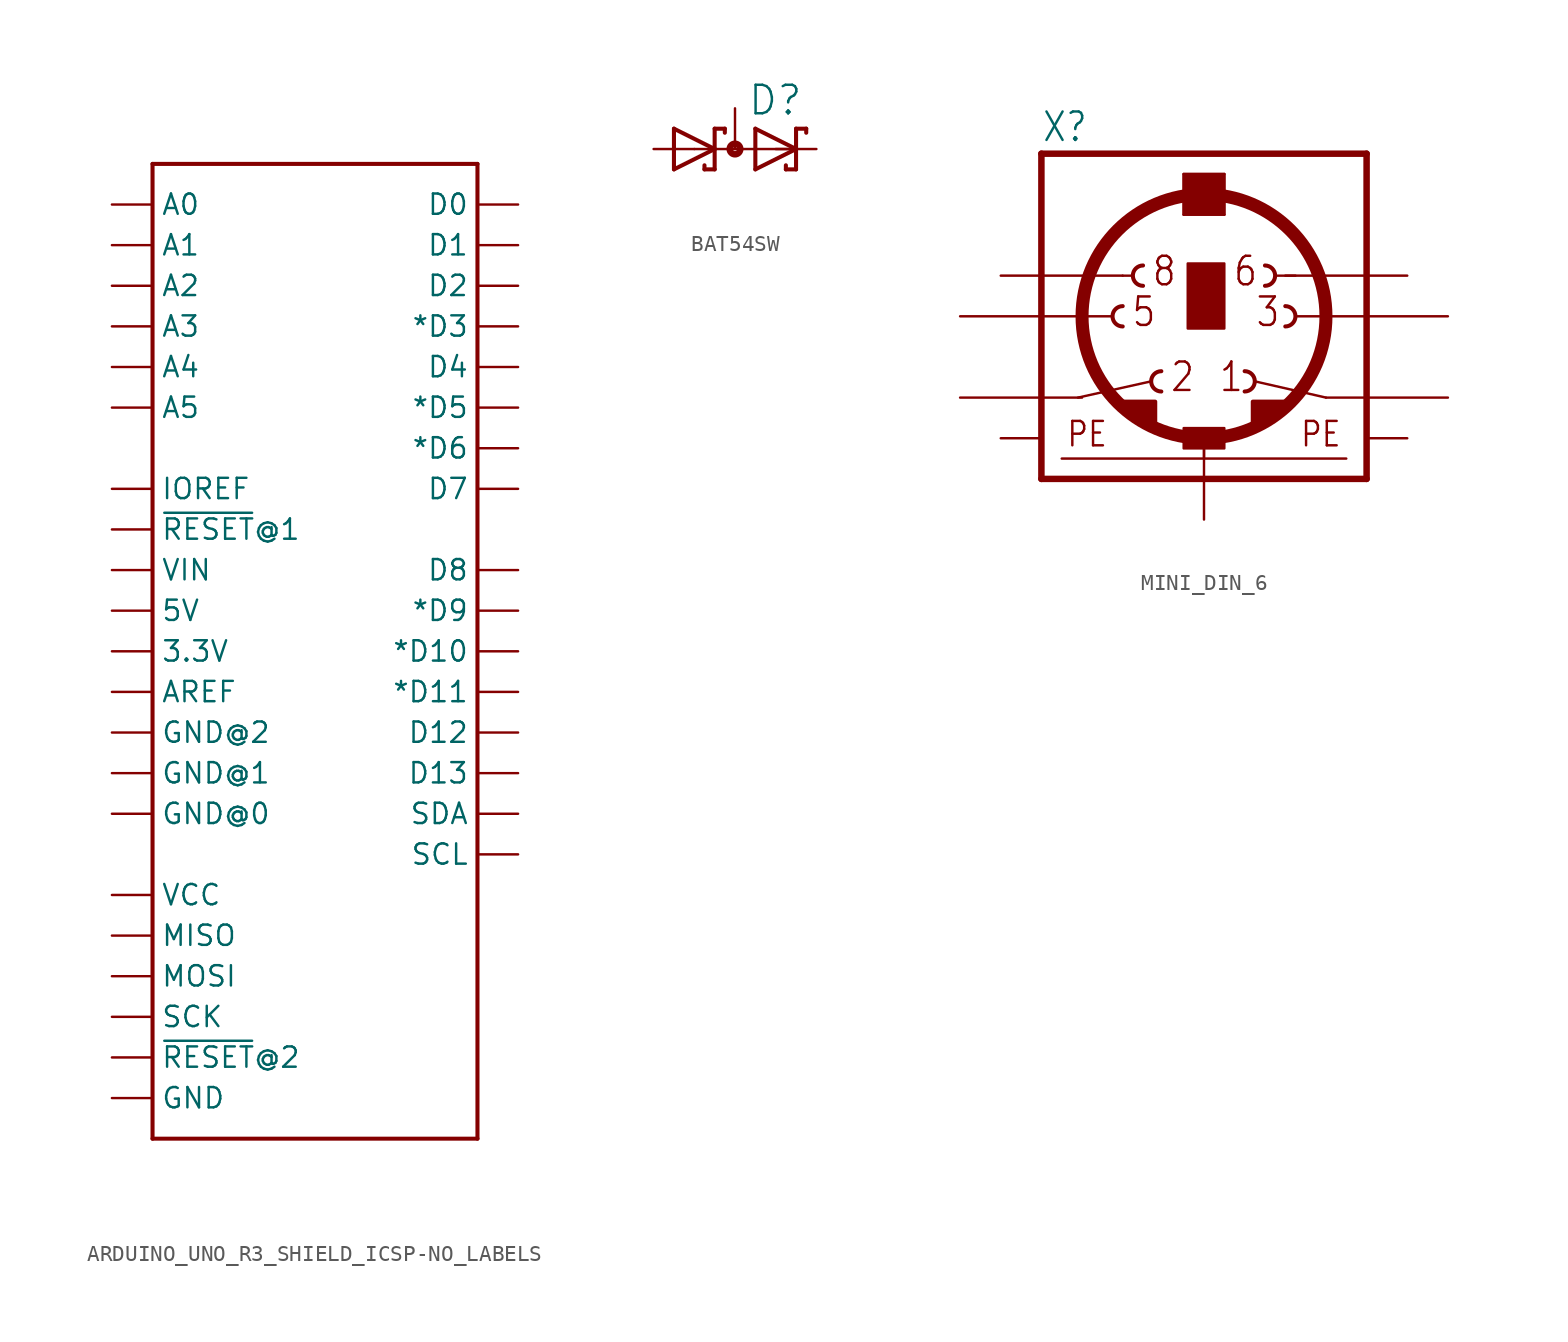
<source format=kicad_sym>
(kicad_symbol_lib
  (version 20220914)
  (generator kicad_symbol_editor)
  (symbol "ARDUINO_UNO_R3_SHIELD_ICSP-NO_LABELS"
    (property "Reference" "B"
      (at -9.652 31.242 0)
      (effects (font (size 1.778 1.778)) (justify left bottom) hide))
    (property "ki_locked" ""
      (at 0 0 0)
      (effects (font (size 1.27 1.27))))
    (symbol "ARDUINO_UNO_R3_SHIELD_ICSP-NO_LABELS_1_0"
      (polyline (pts (xy -10.16 -30.48) (xy -10.16 30.48)) (stroke (width 0.254) (type solid)) (fill (type none)))
      (polyline (pts (xy -10.16 30.48) (xy 10.16 30.48)) (stroke (width 0.254) (type solid)) (fill (type none)))
      (polyline (pts (xy 10.16 -30.48) (xy -10.16 -30.48)) (stroke (width 0.254) (type solid)) (fill (type none)))
      (polyline (pts (xy 10.16 30.48) (xy 10.16 -30.48)) (stroke (width 0.254) (type solid)) (fill (type none)))
      (pin bidirectional line (at -12.7 0 0) (length 2.54) (name "3.3V" (effects (font (size 1.27 1.27)))) (number "3.3V" (effects (font (size 0 0)))))
      (pin bidirectional line (at -12.7 2.54 0) (length 2.54) (name "5V" (effects (font (size 1.27 1.27)))) (number "5V" (effects (font (size 0 0)))))
      (pin bidirectional line (at -12.7 -15.24 0) (length 2.54) (name "VCC" (effects (font (size 1.27 1.27)))) (number "5V_ICSP" (effects (font (size 0 0)))))
      (pin bidirectional line (at -12.7 27.94 0) (length 2.54) (name "A0" (effects (font (size 1.27 1.27)))) (number "A0" (effects (font (size 0 0)))))
      (pin bidirectional line (at -12.7 25.4 0) (length 2.54) (name "A1" (effects (font (size 1.27 1.27)))) (number "A1" (effects (font (size 0 0)))))
      (pin bidirectional line (at -12.7 22.86 0) (length 2.54) (name "A2" (effects (font (size 1.27 1.27)))) (number "A2" (effects (font (size 0 0)))))
      (pin bidirectional line (at -12.7 20.32 0) (length 2.54) (name "A3" (effects (font (size 1.27 1.27)))) (number "A3" (effects (font (size 0 0)))))
      (pin bidirectional line (at -12.7 17.78 0) (length 2.54) (name "A4" (effects (font (size 1.27 1.27)))) (number "A4" (effects (font (size 0 0)))))
      (pin bidirectional line (at -12.7 15.24 0) (length 2.54) (name "A5" (effects (font (size 1.27 1.27)))) (number "A5" (effects (font (size 0 0)))))
      (pin bidirectional line (at -12.7 -2.54 0) (length 2.54) (name "AREF" (effects (font (size 1.27 1.27)))) (number "AREF" (effects (font (size 0 0)))))
      (pin bidirectional line (at 12.7 0 180) (length 2.54) (name "*D10" (effects (font (size 1.27 1.27)))) (number "D10" (effects (font (size 0 0)))))
      (pin bidirectional line (at 12.7 -2.54 180) (length 2.54) (name "*D11" (effects (font (size 1.27 1.27)))) (number "D11" (effects (font (size 0 0)))))
      (pin bidirectional line (at 12.7 -5.08 180) (length 2.54) (name "D12" (effects (font (size 1.27 1.27)))) (number "D12" (effects (font (size 0 0)))))
      (pin bidirectional line (at 12.7 -7.62 180) (length 2.54) (name "D13" (effects (font (size 1.27 1.27)))) (number "D13" (effects (font (size 0 0)))))
      (pin bidirectional line (at 12.7 22.86 180) (length 2.54) (name "D2" (effects (font (size 1.27 1.27)))) (number "D2" (effects (font (size 0 0)))))
      (pin bidirectional line (at 12.7 20.32 180) (length 2.54) (name "*D3" (effects (font (size 1.27 1.27)))) (number "D3" (effects (font (size 0 0)))))
      (pin bidirectional line (at 12.7 17.78 180) (length 2.54) (name "D4" (effects (font (size 1.27 1.27)))) (number "D4" (effects (font (size 0 0)))))
      (pin bidirectional line (at 12.7 15.24 180) (length 2.54) (name "*D5" (effects (font (size 1.27 1.27)))) (number "D5" (effects (font (size 0 0)))))
      (pin bidirectional line (at 12.7 12.7 180) (length 2.54) (name "*D6" (effects (font (size 1.27 1.27)))) (number "D6" (effects (font (size 0 0)))))
      (pin bidirectional line (at 12.7 10.16 180) (length 2.54) (name "D7" (effects (font (size 1.27 1.27)))) (number "D7" (effects (font (size 0 0)))))
      (pin bidirectional line (at 12.7 5.08 180) (length 2.54) (name "D8" (effects (font (size 1.27 1.27)))) (number "D8" (effects (font (size 0 0)))))
      (pin bidirectional line (at 12.7 2.54 180) (length 2.54) (name "*D9" (effects (font (size 1.27 1.27)))) (number "D9" (effects (font (size 0 0)))))
      (pin bidirectional line (at -12.7 -10.16 0) (length 2.54) (name "GND@0" (effects (font (size 1.27 1.27)))) (number "GND@0" (effects (font (size 0 0)))))
      (pin bidirectional line (at -12.7 -7.62 0) (length 2.54) (name "GND@1" (effects (font (size 1.27 1.27)))) (number "GND@1" (effects (font (size 0 0)))))
      (pin bidirectional line (at -12.7 -5.08 0) (length 2.54) (name "GND@2" (effects (font (size 1.27 1.27)))) (number "GND@2" (effects (font (size 0 0)))))
      (pin bidirectional line (at -12.7 -27.94 0) (length 2.54) (name "GND" (effects (font (size 1.27 1.27)))) (number "GND_ICSP" (effects (font (size 0 0)))))
      (pin bidirectional line (at -12.7 10.16 0) (length 2.54) (name "IOREF" (effects (font (size 1.27 1.27)))) (number "IOREF" (effects (font (size 0 0)))))
      (pin bidirectional line (at -12.7 -17.78 0) (length 2.54) (name "MISO" (effects (font (size 1.27 1.27)))) (number "MISO" (effects (font (size 0 0)))))
      (pin bidirectional line (at -12.7 -20.32 0) (length 2.54) (name "MOSI" (effects (font (size 1.27 1.27)))) (number "MOSI" (effects (font (size 0 0)))))
      (pin bidirectional line (at -12.7 7.62 0) (length 2.54) (name "~{RESET}@1" (effects (font (size 1.27 1.27)))) (number "RES" (effects (font (size 0 0)))))
      (pin bidirectional line (at -12.7 -25.4 0) (length 2.54) (name "~{RESET}@2" (effects (font (size 1.27 1.27)))) (number "RST_ICSP" (effects (font (size 0 0)))))
      (pin bidirectional line (at 12.7 27.94 180) (length 2.54) (name "D0" (effects (font (size 1.27 1.27)))) (number "RX" (effects (font (size 0 0)))))
      (pin bidirectional line (at -12.7 -22.86 0) (length 2.54) (name "SCK" (effects (font (size 1.27 1.27)))) (number "SCK" (effects (font (size 0 0)))))
      (pin bidirectional line (at 12.7 -12.7 180) (length 2.54) (name "SCL" (effects (font (size 1.27 1.27)))) (number "SCL" (effects (font (size 0 0)))))
      (pin bidirectional line (at 12.7 -10.16 180) (length 2.54) (name "SDA" (effects (font (size 1.27 1.27)))) (number "SDA" (effects (font (size 0 0)))))
      (pin bidirectional line (at 12.7 25.4 180) (length 2.54) (name "D1" (effects (font (size 1.27 1.27)))) (number "TX" (effects (font (size 0 0)))))
      (pin bidirectional line (at -12.7 5.08 0) (length 2.54) (name "VIN" (effects (font (size 1.27 1.27)))) (number "VIN" (effects (font (size 0 0)))))))
  (symbol "BAT54SW"
    (property "Reference" "D"
      (at 0.762 2.007 0)
      (effects (font (size 1.778 1.778)) (justify left bottom)))
    (property "Value" ""
      (at -4.318 -3.962 0)
      (effects (font (size 1.778 1.778)) (justify left bottom)))
    (property "ki_locked" ""
      (at 0 0 0)
      (effects (font (size 1.27 1.27))))
    (symbol "BAT54SW_1_0"
      (polyline (pts (xy -3.81 -1.27) (xy -1.27 0)) (stroke (width 0.254) (type solid)) (fill (type none)))
      (polyline (pts (xy -3.81 1.27) (xy -3.81 -1.27)) (stroke (width 0.254) (type solid)) (fill (type none)))
      (polyline (pts (xy -2.54 0) (xy -1.27 0)) (stroke (width 0.152) (type solid)) (fill (type none)))
      (polyline (pts (xy -1.905 -1.016) (xy -1.905 -1.27)) (stroke (width 0.254) (type solid)) (fill (type none)))
      (polyline (pts (xy -1.27 -1.27) (xy -1.905 -1.27)) (stroke (width 0.254) (type solid)) (fill (type none)))
      (polyline (pts (xy -1.27 0) (xy -3.81 1.27)) (stroke (width 0.254) (type solid)) (fill (type none)))
      (polyline (pts (xy -1.27 0) (xy -1.27 -1.27)) (stroke (width 0.254) (type solid)) (fill (type none)))
      (polyline (pts (xy -1.27 0) (xy 3.81 0)) (stroke (width 0.152) (type solid)) (fill (type none)))
      (polyline (pts (xy -1.27 1.27) (xy -1.27 0)) (stroke (width 0.254) (type solid)) (fill (type none)))
      (polyline (pts (xy -0.635 1.016) (xy -0.635 1.27)) (stroke (width 0.254) (type solid)) (fill (type none)))
      (polyline (pts (xy -0.635 1.27) (xy -1.27 1.27)) (stroke (width 0.254) (type solid)) (fill (type none)))
      (polyline (pts (xy 1.27 -1.27) (xy 1.27 1.27)) (stroke (width 0.254) (type solid)) (fill (type none)))
      (polyline (pts (xy 1.27 1.27) (xy 3.81 0)) (stroke (width 0.254) (type solid)) (fill (type none)))
      (polyline (pts (xy 3.175 -1.27) (xy 3.81 -1.27)) (stroke (width 0.254) (type solid)) (fill (type none)))
      (polyline (pts (xy 3.175 -1.016) (xy 3.175 -1.27)) (stroke (width 0.254) (type solid)) (fill (type none)))
      (polyline (pts (xy 3.81 -1.27) (xy 3.81 0)) (stroke (width 0.254) (type solid)) (fill (type none)))
      (polyline (pts (xy 3.81 0) (xy 1.27 -1.27)) (stroke (width 0.254) (type solid)) (fill (type none)))
      (polyline (pts (xy 3.81 0) (xy 3.81 1.27)) (stroke (width 0.254) (type solid)) (fill (type none)))
      (polyline (pts (xy 3.81 1.27) (xy 4.445 1.27)) (stroke (width 0.254) (type solid)) (fill (type none)))
      (polyline (pts (xy 4.445 1.016) (xy 4.445 1.27)) (stroke (width 0.254) (type solid)) (fill (type none)))
      (circle (center 0 0) (radius 0.127) (stroke (width 0.406) (type solid)) (fill (type none)))
      (pin passive line (at -5.08 0 0) (length 2.54) (name "A1" (effects (font (size 0 0)))) (number "1" (effects (font (size 0 0)))))
      (pin passive line (at 5.08 0 180) (length 2.54) (name "K2" (effects (font (size 0 0)))) (number "2" (effects (font (size 0 0)))))
      (pin passive line (at 0 2.54 270) (length 2.54) (name "K1A2" (effects (font (size 0 0)))) (number "3" (effects (font (size 0 0)))))))
  (symbol "MINI_DIN_6"
    (property "Reference" "X"
      (at -10.16 13.335 0)
      (effects (font (size 1.778 1.511)) (justify left bottom)))
    (property "Value" ""
      (at 0 13.335 0)
      (effects (font (size 1.778 1.511)) (justify left bottom)))
    (property "ki_locked" ""
      (at 0 0 0)
      (effects (font (size 1.27 1.27))))
    (symbol "MINI_DIN_6_1_0"
      (arc (start -5.08 3.175) (mid -5.715 2.54) (end -5.08 1.905) (stroke (width 0.254) (type solid)) (fill (type none)))
      (arc (start -3.81 5.715) (mid -4.445 5.08) (end -3.81 4.445) (stroke (width 0.254) (type solid)) (fill (type none)))
      (arc (start -2.667 -0.889) (mid -3.302 -1.524) (end -2.667 -2.159) (stroke (width 0.254) (type solid)) (fill (type none)))
      (rectangle (start -1.27 -5.715) (end 1.27 -4.445) (stroke (width 0) (type default)) (fill (type outline)))
      (rectangle (start -1.27 8.89) (end 1.27 11.43) (stroke (width 0) (type default)) (fill (type outline)))
      (rectangle (start -1.016 1.778) (end 1.27 5.842) (stroke (width 0) (type default)) (fill (type outline)))
      (polyline (pts (xy -10.16 -7.62) (xy -10.16 12.7)) (stroke (width 0.406) (type solid)) (fill (type none)))
      (polyline (pts (xy -10.16 -7.62) (xy 10.16 -7.62)) (stroke (width 0.406) (type solid)) (fill (type none)))
      (polyline (pts (xy -8.89 -6.35) (xy 0 -6.35)) (stroke (width 0.152) (type solid)) (fill (type none)))
      (polyline (pts (xy -7.874 -2.54) (xy -3.302 -1.524)) (stroke (width 0.152) (type solid)) (fill (type none)))
      (polyline (pts (xy -7.62 2.54) (xy -5.715 2.54)) (stroke (width 0.152) (type solid)) (fill (type none)))
      (polyline (pts (xy -5.08 5.08) (xy -4.445 5.08)) (stroke (width 0.152) (type solid)) (fill (type none)))
      (polyline (pts (xy -1.27 8.89) (xy -1.27 11.43)) (stroke (width 0.152) (type solid)) (fill (type none)))
      (polyline (pts (xy -1.27 8.89) (xy 1.27 8.89)) (stroke (width 0.152) (type solid)) (fill (type none)))
      (polyline (pts (xy -1.27 11.43) (xy 1.27 11.43)) (stroke (width 0.152) (type solid)) (fill (type none)))
      (polyline (pts (xy 0 -6.35) (xy 0 -5.08)) (stroke (width 0.152) (type solid)) (fill (type none)))
      (polyline (pts (xy 0 -6.35) (xy 8.89 -6.35)) (stroke (width 0.152) (type solid)) (fill (type none)))
      (polyline (pts (xy 1.27 11.43) (xy 1.27 8.89)) (stroke (width 0.152) (type solid)) (fill (type none)))
      (polyline (pts (xy 3.175 -1.524) (xy 7.62 -2.54)) (stroke (width 0.152) (type solid)) (fill (type none)))
      (polyline (pts (xy 4.445 5.08) (xy 5.715 5.08)) (stroke (width 0.152) (type solid)) (fill (type none)))
      (polyline (pts (xy 5.715 2.54) (xy 7.62 2.54)) (stroke (width 0.152) (type solid)) (fill (type none)))
      (polyline (pts (xy 10.16 12.7) (xy -10.16 12.7)) (stroke (width 0.406) (type solid)) (fill (type none)))
      (polyline (pts (xy 10.16 12.7) (xy 10.16 -7.62)) (stroke (width 0.406) (type solid)) (fill (type none)))
      (polyline (pts (xy -3.048 -4.318) (xy -3.048 -2.794) (xy -5.588 -2.794)) (stroke (width 0.254) (type solid)) (fill (type outline)))
      (polyline (pts (xy 3.048 -4.318) (xy 3.048 -2.794) (xy 5.588 -2.794)) (stroke (width 0.254) (type solid)) (fill (type outline)))
      (circle (center 0 2.54) (radius 7.62) (stroke (width 0.813) (type solid)) (fill (type none)))
      (arc (start 2.54 -2.159) (mid 3.175 -1.524) (end 2.54 -0.889) (stroke (width 0.254) (type solid)) (fill (type none)))
      (arc (start 3.81 4.445) (mid 4.445 5.08) (end 3.81 5.715) (stroke (width 0.254) (type solid)) (fill (type none)))
      (arc (start 5.08 1.905) (mid 5.715 2.54) (end 5.08 3.175) (stroke (width 0.254) (type solid)) (fill (type none)))
      (text "1" (at 0.889 -2.286 0) (effects (font (size 1.778 1.511)) (justify left bottom)))
      (text "2" (at -2.159 -2.286 0) (effects (font (size 1.778 1.511)) (justify left bottom)))
      (text "3" (at 3.175 1.778 0) (effects (font (size 1.778 1.511)) (justify left bottom)))
      (text "5" (at -4.572 1.778 0) (effects (font (size 1.778 1.511)) (justify left bottom)))
      (text "6" (at 1.778 4.318 0) (effects (font (size 1.778 1.511)) (justify left bottom)))
      (text "8" (at -3.302 4.318 0) (effects (font (size 1.778 1.511)) (justify left bottom)))
      (text "PE" (at -8.636 -5.715 0) (effects (font (size 1.524 1.295)) (justify left bottom)))
      (text "PE" (at 5.969 -5.715 0) (effects (font (size 1.524 1.295)) (justify left bottom)))
      (pin passive line (at 15.24 -2.54 180) (length 7.62) (name "1" (effects (font (size 0 0)))) (number "1" (effects (font (size 0 0)))))
      (pin passive line (at -15.24 -2.54 0) (length 7.62) (name "2" (effects (font (size 0 0)))) (number "2" (effects (font (size 0 0)))))
      (pin passive line (at 15.24 2.54 180) (length 7.62) (name "3" (effects (font (size 0 0)))) (number "3" (effects (font (size 0 0)))))
      (pin passive line (at -15.24 2.54 0) (length 7.62) (name "5" (effects (font (size 0 0)))) (number "5" (effects (font (size 0 0)))))
      (pin passive line (at 12.7 5.08 180) (length 7.62) (name "6" (effects (font (size 0 0)))) (number "6" (effects (font (size 0 0)))))
      (pin passive line (at -12.7 5.08 0) (length 7.62) (name "8" (effects (font (size 0 0)))) (number "8" (effects (font (size 0 0)))))
      (pin power_in line (at 12.7 -5.08 180) (length 2.54) (name "PE1" (effects (font (size 0 0)))) (number "SH1" (effects (font (size 0 0)))))
      (pin power_in line (at 0 -10.16 90) (length 5.08) (name "PE2" (effects (font (size 0 0)))) (number "SH2" (effects (font (size 0 0)))))
      (pin power_in line (at -12.7 -5.08 0) (length 2.54) (name "PE3" (effects (font (size 0 0)))) (number "SH3" (effects (font (size 0 0))))))))
</source>
